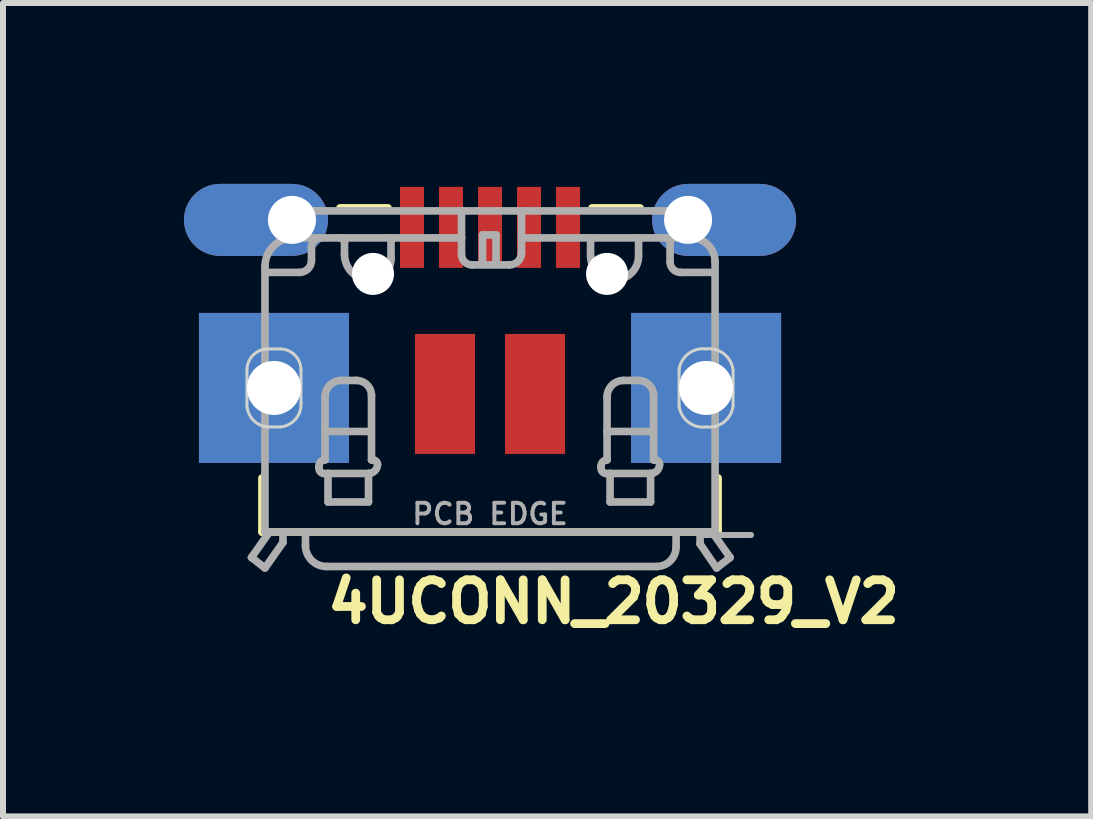
<source format=kicad_pcb>
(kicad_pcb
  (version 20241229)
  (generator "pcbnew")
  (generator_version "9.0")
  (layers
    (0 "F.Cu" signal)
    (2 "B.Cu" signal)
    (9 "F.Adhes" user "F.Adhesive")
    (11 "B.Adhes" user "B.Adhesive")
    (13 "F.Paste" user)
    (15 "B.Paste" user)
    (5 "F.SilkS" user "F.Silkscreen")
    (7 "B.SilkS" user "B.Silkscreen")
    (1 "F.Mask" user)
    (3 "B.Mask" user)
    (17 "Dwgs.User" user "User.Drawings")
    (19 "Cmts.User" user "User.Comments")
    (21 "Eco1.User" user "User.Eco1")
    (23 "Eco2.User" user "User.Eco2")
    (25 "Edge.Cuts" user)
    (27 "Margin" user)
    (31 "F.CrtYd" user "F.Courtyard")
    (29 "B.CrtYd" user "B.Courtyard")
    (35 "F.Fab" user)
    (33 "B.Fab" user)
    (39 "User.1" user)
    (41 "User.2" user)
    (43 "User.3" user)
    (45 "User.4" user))
  (footprint "4UCONN_20329_V2"
    (layer "F.Cu")
    (at 5.115 1.514)
    (property "Reference" "4UCONN_20329_V2" (at -2.778 5.852 0) (unlocked yes) (layer "F.SilkS") (effects (font (size 0.666 0.666) (thickness 0.146)) (justify left bottom)))
    (fp_poly (pts (xy -1.55 -0.05) (xy -1.05 -0.05) (xy -1.05 -1.5) (xy -1.55 -1.5)) (stroke (width 0) (type default)) (fill yes) (layer "F.Mask"))
    (fp_poly (pts (xy -0.9 -0.05) (xy -0.4 -0.05) (xy -0.4 -1.5) (xy -0.9 -1.5)) (stroke (width 0) (type default)) (fill yes) (layer "F.Mask"))
    (fp_poly (pts (xy -0.25 -0.05) (xy 0.25 -0.05) (xy 0.25 -1.5) (xy -0.25 -1.5)) (stroke (width 0) (type default)) (fill yes) (layer "F.Mask"))
    (fp_poly (pts (xy 0.4 -0.05) (xy 0.9 -0.05) (xy 0.9 -1.5) (xy 0.4 -1.5)) (stroke (width 0) (type default)) (fill yes) (layer "F.Mask"))
    (fp_poly (pts (xy 1.05 -0.05) (xy 1.55 -0.05) (xy 1.55 -1.5) (xy 1.05 -1.5)) (stroke (width 0) (type default)) (fill yes) (layer "F.Mask"))
    (fp_line (start -3.8 3.4) (end -3.8 4.3) (stroke (width 0.127) (type solid)) (layer "F.SilkS"))
    (fp_line (start -3.8 4.3) (end 3.8 4.3) (stroke (width 0.127) (type solid)) (layer "F.SilkS"))
    (fp_line (start -2.5 -1.1) (end -1.7 -1.1) (stroke (width 0.127) (type solid)) (layer "F.SilkS"))
    (fp_line (start 1.7 -1.1) (end 2.5 -1.1) (stroke (width 0.127) (type solid)) (layer "F.SilkS"))
    (fp_line (start 3.8 4.3) (end 3.8 3.4) (stroke (width 0.127) (type solid)) (layer "F.SilkS"))
    (fp_poly (pts (xy -4.85 3.15) (xy -2.35 3.15) (xy -2.35 0.65) (xy -4.85 0.65)) (stroke (width 0) (type default)) (fill yes) (layer "F.Paste"))
    (fp_poly (pts (xy 2.35 3.15) (xy 4.85 3.15) (xy 4.85 0.65) (xy 2.35 0.65)) (stroke (width 0) (type default)) (fill yes) (layer "F.Paste"))
    (fp_poly (pts (xy -3.186 -1.499) (xy -3.03 -1.442) (xy -2.893 -1.346) (xy -2.786 -1.219) (xy -2.715 -1.067) (xy -2.686 -0.9) (xy -2.715 -0.733) (xy -2.786 -0.581) (xy -2.893 -0.454) (xy -3.03 -0.358) (xy -3.186 -0.301) (xy -3.347 -0.286) (xy -4.457 -0.286) (xy -4.767 -0.355) (xy -4.907 -0.454) (xy -5.014 -0.581) (xy -5.085 -0.733) (xy -5.115 -0.904) (xy -5.017 -1.215) (xy -4.907 -1.346) (xy -4.77 -1.442) (xy -4.614 -1.499) (xy -4.453 -1.514) (xy -3.347 -1.514)) (stroke (width 0) (type default)) (fill yes) (layer "F.Paste"))
    (fp_poly (pts (xy 4.614 -1.499) (xy 4.77 -1.442) (xy 4.907 -1.346) (xy 5.014 -1.219) (xy 5.085 -1.067) (xy 5.114 -0.9) (xy 5.085 -0.733) (xy 5.014 -0.581) (xy 4.907 -0.454) (xy 4.77 -0.358) (xy 4.614 -0.301) (xy 4.453 -0.286) (xy 3.343 -0.286) (xy 3.033 -0.355) (xy 2.893 -0.454) (xy 2.786 -0.581) (xy 2.715 -0.733) (xy 2.685 -0.904) (xy 2.783 -1.215) (xy 2.893 -1.346) (xy 3.03 -1.442) (xy 3.186 -1.499) (xy 3.347 -1.514) (xy 4.453 -1.514)) (stroke (width 0) (type default)) (fill yes) (layer "F.Paste"))
    (fp_line (start -4.05 2.15) (end -4.05 1.6) (stroke (width 0.05) (type solid)) (layer "Edge.Cuts"))
    (fp_line (start -3.7 1.25) (end -3.5 1.25) (stroke (width 0.05) (type solid)) (layer "Edge.Cuts"))
    (fp_line (start -3.5 2.55) (end -3.7 2.55) (stroke (width 0.05) (type solid)) (layer "Edge.Cuts"))
    (fp_line (start -3.15 1.6) (end -3.15 2.15) (stroke (width 0.05) (type solid)) (layer "Edge.Cuts"))
    (fp_line (start 3.15 2.2) (end 3.15 1.6) (stroke (width 0.05) (type solid)) (layer "Edge.Cuts"))
    (fp_line (start 4.05 1.6) (end 4.05 2.2) (stroke (width 0.05) (type solid)) (layer "Edge.Cuts"))
    (fp_arc (start -4.05 1.6) (mid -3.947487 1.352513) (end -3.7 1.25) (stroke (width 0.05) (type solid)) (layer "Edge.Cuts"))
    (fp_arc (start -3.7 2.55) (mid -3.957843 2.422487) (end -4.05 2.15) (stroke (width 0.05) (type solid)) (layer "Edge.Cuts"))
    (fp_arc (start -3.5 1.25) (mid -3.252513 1.352513) (end -3.15 1.6) (stroke (width 0.05) (type solid)) (layer "Edge.Cuts"))
    (fp_arc (start -3.15 2.15) (mid -3.242157 2.422487) (end -3.5 2.55) (stroke (width 0.05) (type solid)) (layer "Edge.Cuts"))
    (fp_arc (start 3.15 1.6) (mid 3.302513 1.331802) (end 3.6 1.25) (stroke (width 0.05) (type solid)) (layer "Edge.Cuts"))
    (fp_arc (start 3.6 1.25) (mid 3.897487 1.331802) (end 4.05 1.6) (stroke (width 0.05) (type solid)) (layer "Edge.Cuts"))
    (fp_arc (start 3.6 2.55) (mid 3.302513 2.468198) (end 3.15 2.2) (stroke (width 0.05) (type solid)) (layer "Edge.Cuts"))
    (fp_arc (start 4.05 2.2) (mid 3.897487 2.468198) (end 3.6 2.55) (stroke (width 0.05) (type solid)) (layer "Edge.Cuts"))
    (fp_line (start -3.975 4.725) (end -3.75 4.9) (stroke (width 0.127) (type solid)) (layer "F.Fab"))
    (fp_line (start -3.975 4.725) (end -3.675 4.3) (stroke (width 0.127) (type solid)) (layer "F.Fab"))
    (fp_line (start -3.75 -0.125) (end -3.75 4.3) (stroke (width 0.127) (type solid)) (layer "F.Fab"))
    (fp_line (start -3.75 4.3) (end -3.675 4.3) (stroke (width 0.127) (type solid)) (layer "F.Fab"))
    (fp_line (start -3.75 4.9) (end -3.45 4.475) (stroke (width 0.127) (type solid)) (layer "F.Fab"))
    (fp_line (start -3.725 -0.025) (end -3.175 -0.025) (stroke (width 0.127) (type solid)) (layer "F.Fab"))
    (fp_line (start -3.675 4.3) (end -3.45 4.3) (stroke (width 0.127) (type solid)) (layer "F.Fab"))
    (fp_line (start -3.575 -1.05) (end -0.475 -1.05) (stroke (width 0.127) (type solid)) (layer "F.Fab"))
    (fp_line (start -3.575 -0.75) (end -3.575 -1.05) (stroke (width 0.127) (type solid)) (layer "F.Fab"))
    (fp_line (start -3.45 4.3) (end -3.075 4.3) (stroke (width 0.127) (type solid)) (layer "F.Fab"))
    (fp_line (start -3.45 4.475) (end -3.45 4.3) (stroke (width 0.127) (type solid)) (layer "F.Fab"))
    (fp_line (start -3.425 -0.75) (end -3.575 -0.75) (stroke (width 0.127) (type solid)) (layer "F.Fab"))
    (fp_line (start -3.425 -0.625) (end -3.425 -0.75) (stroke (width 0.127) (type solid)) (layer "F.Fab"))
    (fp_line (start -3.075 4.3) (end -3.075 4.525) (stroke (width 0.127) (type solid)) (layer "F.Fab"))
    (fp_line (start -3.075 4.3) (end 3.1 4.3) (stroke (width 0.127) (type solid)) (layer "F.Fab"))
    (fp_line (start -2.975 -0.225) (end -2.975 -0.45) (stroke (width 0.127) (type solid)) (layer "F.Fab"))
    (fp_line (start -2.85 3.225) (end -2.85 3.2) (stroke (width 0.127) (type solid)) (layer "F.Fab"))
    (fp_line (start -2.825 -0.6) (end -3.275 -0.6) (stroke (width 0.127) (type solid)) (layer "F.Fab"))
    (fp_line (start -2.825 -0.6) (end -2.5 -0.6) (stroke (width 0.127) (type solid)) (layer "F.Fab"))
    (fp_line (start -2.75 2.625) (end -2.75 2.05) (stroke (width 0.127) (type solid)) (layer "F.Fab"))
    (fp_line (start -2.75 2.625) (end -2 2.625) (stroke (width 0.127) (type solid)) (layer "F.Fab"))
    (fp_line (start -2.75 3.1) (end -2.75 2.625) (stroke (width 0.127) (type solid)) (layer "F.Fab"))
    (fp_line (start -2.725 4.875) (end 2.775 4.875) (stroke (width 0.127) (type solid)) (layer "F.Fab"))
    (fp_line (start -2.7 3.325) (end -2.775 3.325) (stroke (width 0.127) (type solid)) (layer "F.Fab"))
    (fp_line (start -2.7 3.325) (end -2 3.325) (stroke (width 0.127) (type solid)) (layer "F.Fab"))
    (fp_line (start -2.7 3.8) (end -2.7 3.325) (stroke (width 0.127) (type solid)) (layer "F.Fab"))
    (fp_line (start -2.475 1.775) (end -2.225 1.775) (stroke (width 0.127) (type solid)) (layer "F.Fab"))
    (fp_line (start -2.425 -0.525) (end -2.425 -0.325) (stroke (width 0.127) (type solid)) (layer "F.Fab"))
    (fp_line (start -2.025 3.325) (end -2.025 3.8) (stroke (width 0.127) (type solid)) (layer "F.Fab"))
    (fp_line (start -2.025 3.8) (end -2.7 3.8) (stroke (width 0.127) (type solid)) (layer "F.Fab"))
    (fp_line (start -1.975 2.025) (end -1.975 3.1) (stroke (width 0.127) (type solid)) (layer "F.Fab"))
    (fp_line (start -1.975 3.1) (end -1.95 3.1) (stroke (width 0.127) (type solid)) (layer "F.Fab"))
    (fp_line (start -1.65 -0.6) (end -2.5 -0.6) (stroke (width 0.127) (type solid)) (layer "F.Fab"))
    (fp_line (start -1.65 -0.25) (end -1.65 -0.6) (stroke (width 0.127) (type solid)) (layer "F.Fab"))
    (fp_line (start -0.475 -1.05) (end 0.525 -1.05) (stroke (width 0.127) (type solid)) (layer "F.Fab"))
    (fp_line (start -0.475 -0.6) (end -1.65 -0.6) (stroke (width 0.127) (type solid)) (layer "F.Fab"))
    (fp_line (start -0.475 -0.6) (end -0.475 -1.05) (stroke (width 0.127) (type solid)) (layer "F.Fab"))
    (fp_line (start -0.475 -0.325) (end -0.475 -0.6) (stroke (width 0.127) (type solid)) (layer "F.Fab"))
    (fp_line (start -0.125 -0.65) (end 0.1 -0.65) (stroke (width 0.127) (type solid)) (layer "F.Fab"))
    (fp_line (start -0.125 -0.175) (end -0.125 -0.65) (stroke (width 0.127) (type solid)) (layer "F.Fab"))
    (fp_line (start 0.1 -0.65) (end 0.1 -0.175) (stroke (width 0.127) (type solid)) (layer "F.Fab"))
    (fp_line (start 0.325 -0.15) (end -0.3 -0.15) (stroke (width 0.127) (type solid)) (layer "F.Fab"))
    (fp_line (start 0.525 -1.05) (end 0.525 -0.6) (stroke (width 0.127) (type solid)) (layer "F.Fab"))
    (fp_line (start 0.525 -1.05) (end 3.6 -1.05) (stroke (width 0.127) (type solid)) (layer "F.Fab"))
    (fp_line (start 0.525 -0.6) (end 0.525 -0.35) (stroke (width 0.127) (type solid)) (layer "F.Fab"))
    (fp_line (start 1.675 -0.6) (end 0.525 -0.6) (stroke (width 0.127) (type solid)) (layer "F.Fab"))
    (fp_line (start 1.675 -0.6) (end 1.675 -0.3) (stroke (width 0.127) (type solid)) (layer "F.Fab"))
    (fp_line (start 1.85 3.225) (end 1.85 3.2) (stroke (width 0.127) (type solid)) (layer "F.Fab"))
    (fp_line (start 1.95 2.625) (end 1.95 2.05) (stroke (width 0.127) (type solid)) (layer "F.Fab"))
    (fp_line (start 1.95 2.625) (end 2.7 2.625) (stroke (width 0.127) (type solid)) (layer "F.Fab"))
    (fp_line (start 1.95 3.1) (end 1.95 2.625) (stroke (width 0.127) (type solid)) (layer "F.Fab"))
    (fp_line (start 2 3.325) (end 1.925 3.325) (stroke (width 0.127) (type solid)) (layer "F.Fab"))
    (fp_line (start 2 3.325) (end 2.7 3.325) (stroke (width 0.127) (type solid)) (layer "F.Fab"))
    (fp_line (start 2 3.8) (end 2 3.325) (stroke (width 0.127) (type solid)) (layer "F.Fab"))
    (fp_line (start 2.225 1.775) (end 2.475 1.775) (stroke (width 0.127) (type solid)) (layer "F.Fab"))
    (fp_line (start 2.475 -0.6) (end 1.675 -0.6) (stroke (width 0.127) (type solid)) (layer "F.Fab"))
    (fp_line (start 2.475 -0.6) (end 2.925 -0.6) (stroke (width 0.127) (type solid)) (layer "F.Fab"))
    (fp_line (start 2.475 -0.3) (end 2.475 -0.6) (stroke (width 0.127) (type solid)) (layer "F.Fab"))
    (fp_line (start 2.675 3.325) (end 2.675 3.8) (stroke (width 0.127) (type solid)) (layer "F.Fab"))
    (fp_line (start 2.675 3.8) (end 2 3.8) (stroke (width 0.127) (type solid)) (layer "F.Fab"))
    (fp_line (start 2.725 2.025) (end 2.725 3.1) (stroke (width 0.127) (type solid)) (layer "F.Fab"))
    (fp_line (start 2.725 3.1) (end 2.75 3.1) (stroke (width 0.127) (type solid)) (layer "F.Fab"))
    (fp_line (start 3 -0.525) (end 3 -0.2) (stroke (width 0.127) (type solid)) (layer "F.Fab"))
    (fp_line (start 3.1 4.3) (end 3.7 4.3) (stroke (width 0.127) (type solid)) (layer "F.Fab"))
    (fp_line (start 3.1 4.55) (end 3.1 4.3) (stroke (width 0.127) (type solid)) (layer "F.Fab"))
    (fp_line (start 3.175 -0.025) (end 3.725 -0.025) (stroke (width 0.127) (type solid)) (layer "F.Fab"))
    (fp_line (start 3.35 -0.775) (end 3.35 -0.6) (stroke (width 0.127) (type solid)) (layer "F.Fab"))
    (fp_line (start 3.35 -0.6) (end 2.925 -0.6) (stroke (width 0.127) (type solid)) (layer "F.Fab"))
    (fp_line (start 3.5 4.35) (end 4.35 4.35) (stroke (width 0.1) (type solid)) (layer "F.Fab"))
    (fp_line (start 3.5 4.5) (end 3.5 4.35) (stroke (width 0.127) (type solid)) (layer "F.Fab"))
    (fp_line (start 3.6 -1.05) (end 3.6 -0.775) (stroke (width 0.127) (type solid)) (layer "F.Fab"))
    (fp_line (start 3.6 -0.775) (end 3.35 -0.775) (stroke (width 0.127) (type solid)) (layer "F.Fab"))
    (fp_line (start 3.7 4.3) (end 3.75 4.3) (stroke (width 0.127) (type solid)) (layer "F.Fab"))
    (fp_line (start 3.7 4.3) (end 4 4.725) (stroke (width 0.127) (type solid)) (layer "F.Fab"))
    (fp_line (start 3.75 4.3) (end 3.75 -0.2) (stroke (width 0.127) (type solid)) (layer "F.Fab"))
    (fp_line (start 3.775 4.9) (end 3.5 4.5) (stroke (width 0.127) (type solid)) (layer "F.Fab"))
    (fp_line (start 4 4.725) (end 3.775 4.9) (stroke (width 0.127) (type solid)) (layer "F.Fab"))
    (fp_arc (start -3.750001 -0.124999) (mid -3.610876 -0.460875) (end -3.275 -0.6) (stroke (width 0.127) (type solid)) (layer "F.Fab"))
    (fp_arc (start -2.975 -0.45) (mid -2.931066 -0.556066) (end -2.825 -0.6) (stroke (width 0.127) (type solid)) (layer "F.Fab"))
    (fp_arc (start -2.975 -0.225) (mid -3.033579 -0.083579) (end -3.175 -0.025) (stroke (width 0.127) (type solid)) (layer "F.Fab"))
    (fp_arc (start -2.85 3.2) (mid -2.820711 3.129289) (end -2.75 3.1) (stroke (width 0.127) (type solid)) (layer "F.Fab"))
    (fp_arc (start -2.775 3.325) (mid -2.833211 3.290533) (end -2.85 3.225) (stroke (width 0.127) (type solid)) (layer "F.Fab"))
    (fp_arc (start -2.75 2.05) (mid -2.669454 1.855546) (end -2.475 1.775) (stroke (width 0.127) (type solid)) (layer "F.Fab"))
    (fp_arc (start -2.725 4.875) (mid -2.972487 4.772487) (end -3.075 4.525) (stroke (width 0.127) (type solid)) (layer "F.Fab"))
    (fp_arc (start -2.5 -0.6) (mid -2.446967 -0.578033) (end -2.425 -0.525) (stroke (width 0.127) (type solid)) (layer "F.Fab"))
    (fp_arc (start -2.225 1.775) (mid -2.048223 1.848223) (end -1.975 2.025) (stroke (width 0.127) (type solid)) (layer "F.Fab"))
    (fp_arc (start -2 0.1) (mid -2.30052 -0.02448) (end -2.425 -0.325) (stroke (width 0.127) (type solid)) (layer "F.Fab"))
    (fp_arc (start -1.95 3.1) (mid -1.896967 3.121967) (end -1.875 3.175) (stroke (width 0.127) (type solid)) (layer "F.Fab"))
    (fp_arc (start -1.875 3.175) (mid -1.918934 3.281066) (end -2.025 3.325) (stroke (width 0.127) (type solid)) (layer "F.Fab"))
    (fp_arc (start -1.65 -0.25) (mid -1.752513 -0.002513) (end -2 0.1) (stroke (width 0.127) (type solid)) (layer "F.Fab"))
    (fp_arc (start -0.3 -0.15) (mid -0.423744 -0.201256) (end -0.475 -0.325) (stroke (width 0.127) (type solid)) (layer "F.Fab"))
    (fp_arc (start 0.525 -0.35) (mid 0.466421 -0.208579) (end 0.325 -0.15) (stroke (width 0.127) (type solid)) (layer "F.Fab"))
    (fp_arc (start 1.85 3.2) (mid 1.879289 3.129289) (end 1.95 3.1) (stroke (width 0.127) (type solid)) (layer "F.Fab"))
    (fp_arc (start 1.925 3.325) (mid 1.866789 3.290533) (end 1.85 3.225) (stroke (width 0.127) (type solid)) (layer "F.Fab"))
    (fp_arc (start 1.95 2.05) (mid 2.030546 1.855546) (end 2.225 1.775) (stroke (width 0.127) (type solid)) (layer "F.Fab"))
    (fp_arc (start 2.075 0.1) (mid 1.792157 -0.017157) (end 1.675 -0.3) (stroke (width 0.127) (type solid)) (layer "F.Fab"))
    (fp_arc (start 2.475 -0.3) (mid 2.357843 -0.017157) (end 2.075 0.1) (stroke (width 0.127) (type solid)) (layer "F.Fab"))
    (fp_arc (start 2.475 1.775) (mid 2.651777 1.848223) (end 2.725 2.025) (stroke (width 0.127) (type solid)) (layer "F.Fab"))
    (fp_arc (start 2.75 3.1) (mid 2.803033 3.121967) (end 2.825 3.175) (stroke (width 0.127) (type solid)) (layer "F.Fab"))
    (fp_arc (start 2.825 3.175) (mid 2.781066 3.281066) (end 2.675 3.325) (stroke (width 0.127) (type solid)) (layer "F.Fab"))
    (fp_arc (start 2.925 -0.6) (mid 2.978033 -0.578033) (end 3 -0.525) (stroke (width 0.127) (type solid)) (layer "F.Fab"))
    (fp_arc (start 3.1 4.55) (mid 3.00481 4.77981) (end 2.775 4.875) (stroke (width 0.127) (type solid)) (layer "F.Fab"))
    (fp_arc (start 3.175 -0.025) (mid 3.051256 -0.076256) (end 3 -0.2) (stroke (width 0.127) (type solid)) (layer "F.Fab"))
    (fp_arc (start 3.349999 -0.599999) (mid 3.632842 -0.482842) (end 3.75 -0.2) (stroke (width 0.127) (type solid)) (layer "F.Fab"))
    (fp_text user "PCB EDGE" (at 0 4 0) (unlocked yes) (layer "F.Fab") (effects (font (size 0.341 0.341) (thickness 0.065))))
    (pad "" np_thru_hole circle (at -1.95 0) (size 0.7 0.7) (drill 0.7) (layers "*.Cu" "*.Mask"))
    (pad "" np_thru_hole circle (at 1.95 0) (size 0.7 0.7) (drill 0.7) (layers "*.Cu" "*.Mask"))
    (pad "BASE@1" smd rect (at -0.75 2 90) (size 2 1) (layers "F.Cu" "F.Mask" "F.Paste"))
    (pad "BASE@2" smd rect (at 0.75 2 90) (size 2 1) (layers "F.Cu" "F.Mask" "F.Paste"))
    (pad "D+" smd rect (at 0 -0.775) (size 0.4 1.35) (layers "F.Cu" "F.Paste"))
    (pad "D-" smd rect (at -0.65 -0.775) (size 0.4 1.35) (layers "F.Cu" "F.Paste"))
    (pad "GND" smd rect (at 1.3 -0.775) (size 0.4 1.35) (layers "F.Cu" "F.Paste"))
    (pad "ID" smd rect (at 0.65 -0.775) (size 0.4 1.35) (layers "F.Cu" "F.Paste"))
    (pad "SPRT@1" thru_hole oval (at -3.3 -0.9 180) (size 2.4 1.2) (drill 0.8 (offset 0.6 0)) (layers "*.Cu" "*.Mask"))
    (pad "SPRT@2" thru_hole oval (at 3.3 -0.9) (size 2.4 1.2) (drill 0.8 (offset 0.6 0)) (layers "*.Cu" "*.Mask"))
    (pad "SPRT@3" thru_hole rect (at -3.6 1.9 90) (size 2.5 2.5) (drill 0.9) (layers "*.Cu" "*.Mask"))
    (pad "SPRT@4" thru_hole rect (at 3.6 1.9 90) (size 2.5 2.5) (drill 0.9) (layers "*.Cu" "*.Mask"))
    (pad "VBUS" smd rect (at -1.3 -0.775) (size 0.4 1.35) (layers "F.Cu" "F.Paste")))
  (gr_rect
    (start -3 -3)
    (end 15.132 10.553)
    (stroke (width 0.1) (type default))
    (fill no)
    (layer "Edge.Cuts")))
</source>
